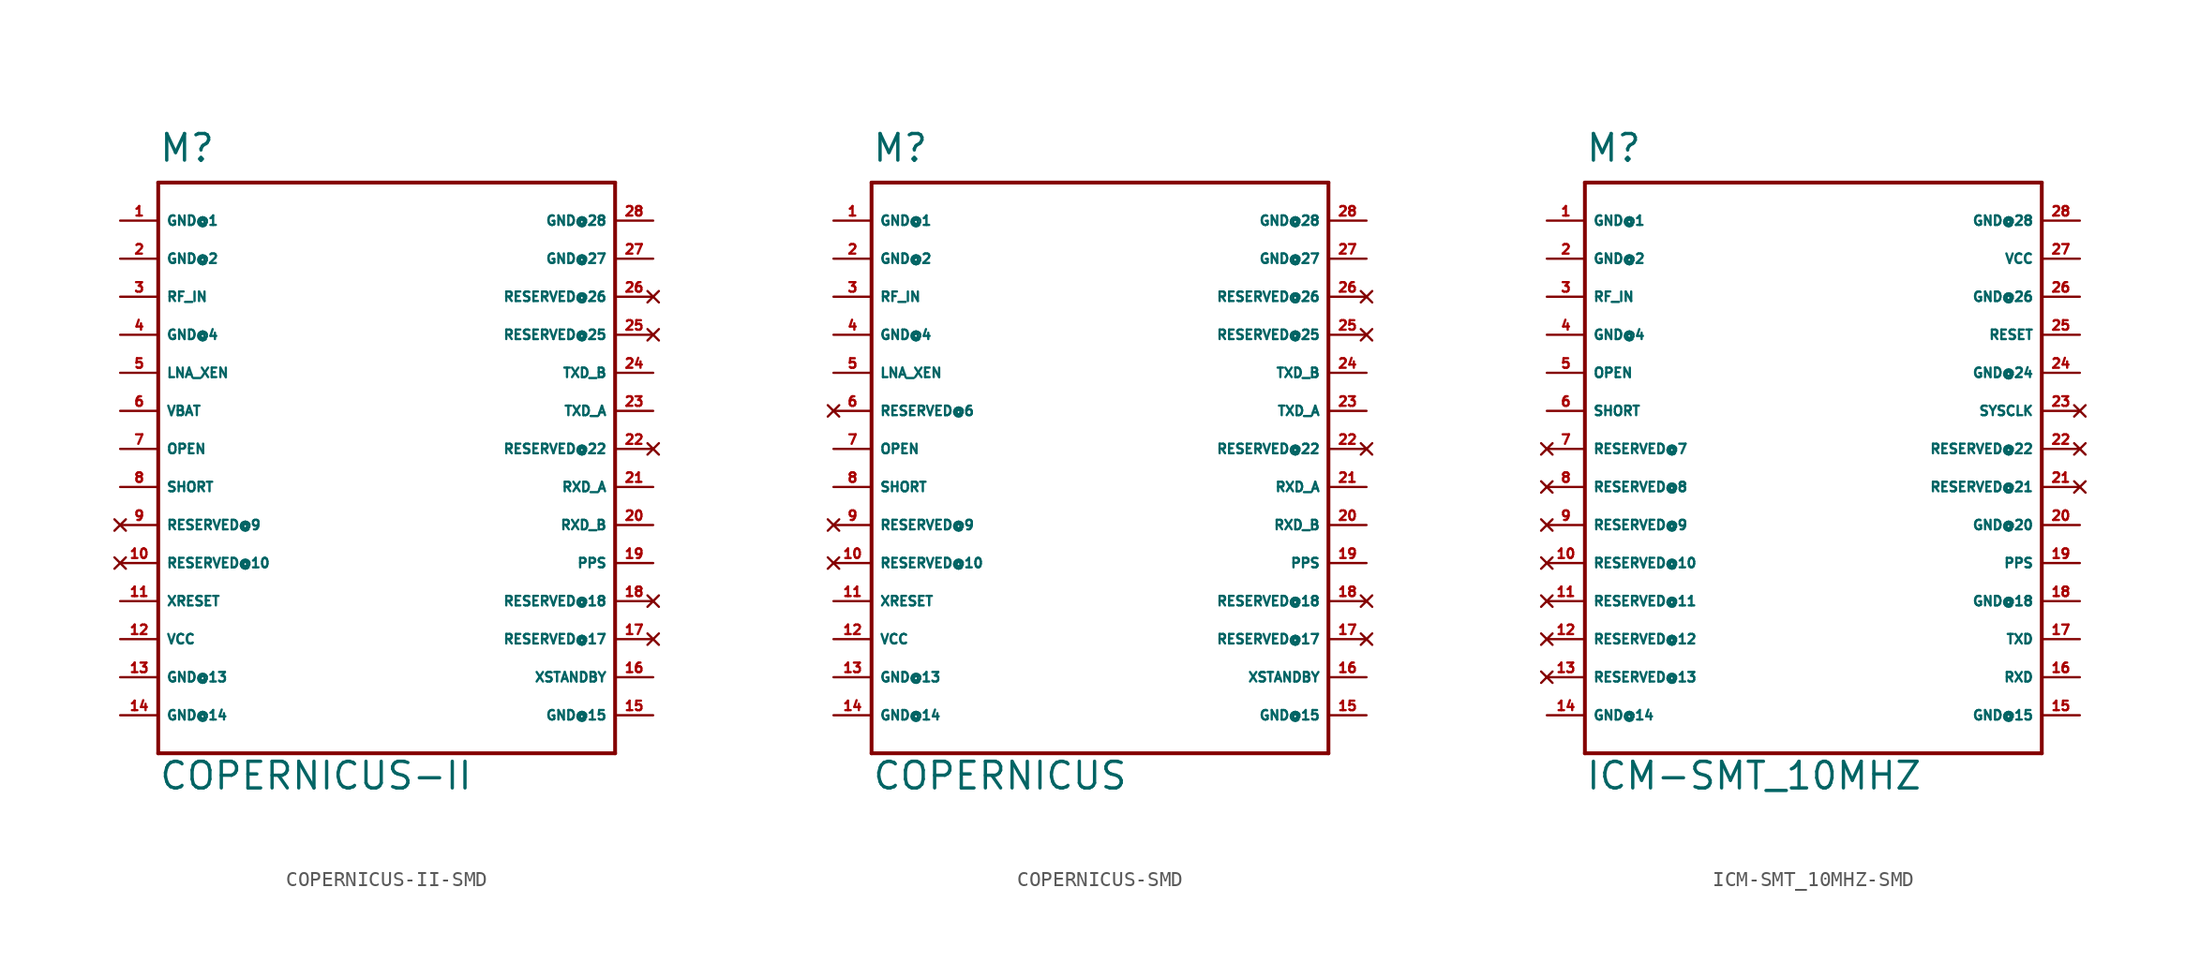
<source format=kicad_sym>
(kicad_symbol_lib
  (version 20220914)
  (generator Eagle2Kicad)
  (symbol "COPERNICUS-II-SMD"
    (property "Reference" "M"
      (at -15.24 21.59 0)
      (effects (font (size 1.778 1.778) (thickness 0.22)) (justify left bottom)))
    (property "Value" "COPERNICUS-II"
      (at -15.24 -20.32 0)
      (effects (font (size 1.778 1.778) (thickness 0.22)) (justify left bottom)))
    (polyline
      (pts (xy -15.24 20.32) (xy -15.24 -17.78))
      (stroke (width 0.254) (type default))
      (fill (type none)))
    (polyline
      (pts (xy -15.24 -17.78) (xy 15.24 -17.78))
      (stroke (width 0.254) (type default))
      (fill (type none)))
    (polyline
      (pts (xy 15.24 -17.78) (xy 15.24 20.32))
      (stroke (width 0.254) (type default))
      (fill (type none)))
    (polyline
      (pts (xy 15.24 20.32) (xy -15.24 20.32))
      (stroke (width 0.254) (type default))
      (fill (type none)))
    (pin unspecified line
      (at -17.78 17.78 0)
      (length 2.54)
      (name "GND@1" (effects (font (size 0.635 0.635) (thickness 0.08)) (justify left bottom)))
      (number "1" (effects (font (size 0.635 0.635) (thickness 0.08)) (justify left bottom))))
    (pin unspecified line
      (at -17.78 15.24 0)
      (length 2.54)
      (name "GND@2" (effects (font (size 0.635 0.635) (thickness 0.08)) (justify left bottom)))
      (number "2" (effects (font (size 0.635 0.635) (thickness 0.08)) (justify left bottom))))
    (pin input line
      (at -17.78 12.7 0)
      (length 2.54)
      (name "RF_IN" (effects (font (size 0.635 0.635) (thickness 0.08)) (justify left bottom)))
      (number "3" (effects (font (size 0.635 0.635) (thickness 0.08)) (justify left bottom))))
    (pin unspecified line
      (at -17.78 10.16 0)
      (length 2.54)
      (name "GND@4" (effects (font (size 0.635 0.635) (thickness 0.08)) (justify left bottom)))
      (number "4" (effects (font (size 0.635 0.635) (thickness 0.08)) (justify left bottom))))
    (pin output line
      (at -17.78 7.62 0)
      (length 2.54)
      (name "LNA_XEN" (effects (font (size 0.635 0.635) (thickness 0.08)) (justify left bottom)))
      (number "5" (effects (font (size 0.635 0.635) (thickness 0.08)) (justify left bottom))))
    (pin input line
      (at -17.78 5.08 0)
      (length 2.54)
      (name "VBAT" (effects (font (size 0.635 0.635) (thickness 0.08)) (justify left bottom)))
      (number "6" (effects (font (size 0.635 0.635) (thickness 0.08)) (justify left bottom))))
    (pin input line
      (at -17.78 2.54 0)
      (length 2.54)
      (name "OPEN" (effects (font (size 0.635 0.635) (thickness 0.08)) (justify left bottom)))
      (number "7" (effects (font (size 0.635 0.635) (thickness 0.08)) (justify left bottom))))
    (pin input line
      (at -17.78 0 0)
      (length 2.54)
      (name "SHORT" (effects (font (size 0.635 0.635) (thickness 0.08)) (justify left bottom)))
      (number "8" (effects (font (size 0.635 0.635) (thickness 0.08)) (justify left bottom))))
    (pin no_connect line
      (at -17.78 -2.54 0)
      (length 2.54)
      (name "RESERVED@9" (effects (font (size 0.635 0.635) (thickness 0.08)) (justify left bottom) hide))
      (number "9" (effects (font (size 0.635 0.635) (thickness 0.08)) (justify left bottom) hide)))
    (pin no_connect line
      (at -17.78 -5.08 0)
      (length 2.54)
      (name "RESERVED@10" (effects (font (size 0.635 0.635) (thickness 0.08)) (justify left bottom) hide))
      (number "10" (effects (font (size 0.635 0.635) (thickness 0.08)) (justify left bottom) hide)))
    (pin input line
      (at -17.78 -7.62 0)
      (length 2.54)
      (name "XRESET" (effects (font (size 0.635 0.635) (thickness 0.08)) (justify left bottom)))
      (number "11" (effects (font (size 0.635 0.635) (thickness 0.08)) (justify left bottom))))
    (pin unspecified line
      (at -17.78 -10.16 0)
      (length 2.54)
      (name "VCC" (effects (font (size 0.635 0.635) (thickness 0.08)) (justify left bottom)))
      (number "12" (effects (font (size 0.635 0.635) (thickness 0.08)) (justify left bottom))))
    (pin unspecified line
      (at -17.78 -12.7 0)
      (length 2.54)
      (name "GND@13" (effects (font (size 0.635 0.635) (thickness 0.08)) (justify left bottom)))
      (number "13" (effects (font (size 0.635 0.635) (thickness 0.08)) (justify left bottom))))
    (pin unspecified line
      (at -17.78 -15.24 0)
      (length 2.54)
      (name "GND@14" (effects (font (size 0.635 0.635) (thickness 0.08)) (justify left bottom)))
      (number "14" (effects (font (size 0.635 0.635) (thickness 0.08)) (justify left bottom))))
    (pin unspecified line
      (at 17.78 -15.24 180)
      (length 2.54)
      (name "GND@15" (effects (font (size 0.635 0.635) (thickness 0.08)) (justify left bottom)))
      (number "15" (effects (font (size 0.635 0.635) (thickness 0.08)) (justify left bottom))))
    (pin input line
      (at 17.78 -12.7 180)
      (length 2.54)
      (name "XSTANDBY" (effects (font (size 0.635 0.635) (thickness 0.08)) (justify left bottom)))
      (number "16" (effects (font (size 0.635 0.635) (thickness 0.08)) (justify left bottom))))
    (pin no_connect line
      (at 17.78 -10.16 180)
      (length 2.54)
      (name "RESERVED@17" (effects (font (size 0.635 0.635) (thickness 0.08)) (justify left bottom) hide))
      (number "17" (effects (font (size 0.635 0.635) (thickness 0.08)) (justify left bottom) hide)))
    (pin no_connect line
      (at 17.78 -7.62 180)
      (length 2.54)
      (name "RESERVED@18" (effects (font (size 0.635 0.635) (thickness 0.08)) (justify left bottom) hide))
      (number "18" (effects (font (size 0.635 0.635) (thickness 0.08)) (justify left bottom) hide)))
    (pin output line
      (at 17.78 -5.08 180)
      (length 2.54)
      (name "PPS" (effects (font (size 0.635 0.635) (thickness 0.08)) (justify left bottom)))
      (number "19" (effects (font (size 0.635 0.635) (thickness 0.08)) (justify left bottom))))
    (pin input line
      (at 17.78 -2.54 180)
      (length 2.54)
      (name "RXD_B" (effects (font (size 0.635 0.635) (thickness 0.08)) (justify left bottom)))
      (number "20" (effects (font (size 0.635 0.635) (thickness 0.08)) (justify left bottom))))
    (pin input line
      (at 17.78 0 180)
      (length 2.54)
      (name "RXD_A" (effects (font (size 0.635 0.635) (thickness 0.08)) (justify left bottom)))
      (number "21" (effects (font (size 0.635 0.635) (thickness 0.08)) (justify left bottom))))
    (pin no_connect line
      (at 17.78 2.54 180)
      (length 2.54)
      (name "RESERVED@22" (effects (font (size 0.635 0.635) (thickness 0.08)) (justify left bottom) hide))
      (number "22" (effects (font (size 0.635 0.635) (thickness 0.08)) (justify left bottom) hide)))
    (pin output line
      (at 17.78 5.08 180)
      (length 2.54)
      (name "TXD_A" (effects (font (size 0.635 0.635) (thickness 0.08)) (justify left bottom)))
      (number "23" (effects (font (size 0.635 0.635) (thickness 0.08)) (justify left bottom))))
    (pin output line
      (at 17.78 7.62 180)
      (length 2.54)
      (name "TXD_B" (effects (font (size 0.635 0.635) (thickness 0.08)) (justify left bottom)))
      (number "24" (effects (font (size 0.635 0.635) (thickness 0.08)) (justify left bottom))))
    (pin no_connect line
      (at 17.78 10.16 180)
      (length 2.54)
      (name "RESERVED@25" (effects (font (size 0.635 0.635) (thickness 0.08)) (justify left bottom) hide))
      (number "25" (effects (font (size 0.635 0.635) (thickness 0.08)) (justify left bottom) hide)))
    (pin no_connect line
      (at 17.78 12.7 180)
      (length 2.54)
      (name "RESERVED@26" (effects (font (size 0.635 0.635) (thickness 0.08)) (justify left bottom) hide))
      (number "26" (effects (font (size 0.635 0.635) (thickness 0.08)) (justify left bottom) hide)))
    (pin unspecified line
      (at 17.78 15.24 180)
      (length 2.54)
      (name "GND@27" (effects (font (size 0.635 0.635) (thickness 0.08)) (justify left bottom)))
      (number "27" (effects (font (size 0.635 0.635) (thickness 0.08)) (justify left bottom))))
    (pin unspecified line
      (at 17.78 17.78 180)
      (length 2.54)
      (name "GND@28" (effects (font (size 0.635 0.635) (thickness 0.08)) (justify left bottom)))
      (number "28" (effects (font (size 0.635 0.635) (thickness 0.08)) (justify left bottom)))))
  (symbol "COPERNICUS-SMD"
    (property "Reference" "M"
      (at -15.24 21.59 0)
      (effects (font (size 1.778 1.778) (thickness 0.22)) (justify left bottom)))
    (property "Value" "COPERNICUS"
      (at -15.24 -20.32 0)
      (effects (font (size 1.778 1.778) (thickness 0.22)) (justify left bottom)))
    (polyline
      (pts (xy -15.24 20.32) (xy -15.24 -17.78))
      (stroke (width 0.254) (type default))
      (fill (type none)))
    (polyline
      (pts (xy -15.24 -17.78) (xy 15.24 -17.78))
      (stroke (width 0.254) (type default))
      (fill (type none)))
    (polyline
      (pts (xy 15.24 -17.78) (xy 15.24 20.32))
      (stroke (width 0.254) (type default))
      (fill (type none)))
    (polyline
      (pts (xy 15.24 20.32) (xy -15.24 20.32))
      (stroke (width 0.254) (type default))
      (fill (type none)))
    (pin unspecified line
      (at -17.78 17.78 0)
      (length 2.54)
      (name "GND@1" (effects (font (size 0.635 0.635) (thickness 0.08)) (justify left bottom)))
      (number "1" (effects (font (size 0.635 0.635) (thickness 0.08)) (justify left bottom))))
    (pin unspecified line
      (at -17.78 15.24 0)
      (length 2.54)
      (name "GND@2" (effects (font (size 0.635 0.635) (thickness 0.08)) (justify left bottom)))
      (number "2" (effects (font (size 0.635 0.635) (thickness 0.08)) (justify left bottom))))
    (pin input line
      (at -17.78 12.7 0)
      (length 2.54)
      (name "RF_IN" (effects (font (size 0.635 0.635) (thickness 0.08)) (justify left bottom)))
      (number "3" (effects (font (size 0.635 0.635) (thickness 0.08)) (justify left bottom))))
    (pin unspecified line
      (at -17.78 10.16 0)
      (length 2.54)
      (name "GND@4" (effects (font (size 0.635 0.635) (thickness 0.08)) (justify left bottom)))
      (number "4" (effects (font (size 0.635 0.635) (thickness 0.08)) (justify left bottom))))
    (pin output line
      (at -17.78 7.62 0)
      (length 2.54)
      (name "LNA_XEN" (effects (font (size 0.635 0.635) (thickness 0.08)) (justify left bottom)))
      (number "5" (effects (font (size 0.635 0.635) (thickness 0.08)) (justify left bottom))))
    (pin no_connect line
      (at -17.78 5.08 0)
      (length 2.54)
      (name "RESERVED@6" (effects (font (size 0.635 0.635) (thickness 0.08)) (justify left bottom) hide))
      (number "6" (effects (font (size 0.635 0.635) (thickness 0.08)) (justify left bottom) hide)))
    (pin input line
      (at -17.78 2.54 0)
      (length 2.54)
      (name "OPEN" (effects (font (size 0.635 0.635) (thickness 0.08)) (justify left bottom)))
      (number "7" (effects (font (size 0.635 0.635) (thickness 0.08)) (justify left bottom))))
    (pin input line
      (at -17.78 0 0)
      (length 2.54)
      (name "SHORT" (effects (font (size 0.635 0.635) (thickness 0.08)) (justify left bottom)))
      (number "8" (effects (font (size 0.635 0.635) (thickness 0.08)) (justify left bottom))))
    (pin no_connect line
      (at -17.78 -2.54 0)
      (length 2.54)
      (name "RESERVED@9" (effects (font (size 0.635 0.635) (thickness 0.08)) (justify left bottom) hide))
      (number "9" (effects (font (size 0.635 0.635) (thickness 0.08)) (justify left bottom) hide)))
    (pin no_connect line
      (at -17.78 -5.08 0)
      (length 2.54)
      (name "RESERVED@10" (effects (font (size 0.635 0.635) (thickness 0.08)) (justify left bottom) hide))
      (number "10" (effects (font (size 0.635 0.635) (thickness 0.08)) (justify left bottom) hide)))
    (pin input line
      (at -17.78 -7.62 0)
      (length 2.54)
      (name "XRESET" (effects (font (size 0.635 0.635) (thickness 0.08)) (justify left bottom)))
      (number "11" (effects (font (size 0.635 0.635) (thickness 0.08)) (justify left bottom))))
    (pin unspecified line
      (at -17.78 -10.16 0)
      (length 2.54)
      (name "VCC" (effects (font (size 0.635 0.635) (thickness 0.08)) (justify left bottom)))
      (number "12" (effects (font (size 0.635 0.635) (thickness 0.08)) (justify left bottom))))
    (pin unspecified line
      (at -17.78 -12.7 0)
      (length 2.54)
      (name "GND@13" (effects (font (size 0.635 0.635) (thickness 0.08)) (justify left bottom)))
      (number "13" (effects (font (size 0.635 0.635) (thickness 0.08)) (justify left bottom))))
    (pin unspecified line
      (at -17.78 -15.24 0)
      (length 2.54)
      (name "GND@14" (effects (font (size 0.635 0.635) (thickness 0.08)) (justify left bottom)))
      (number "14" (effects (font (size 0.635 0.635) (thickness 0.08)) (justify left bottom))))
    (pin unspecified line
      (at 17.78 -15.24 180)
      (length 2.54)
      (name "GND@15" (effects (font (size 0.635 0.635) (thickness 0.08)) (justify left bottom)))
      (number "15" (effects (font (size 0.635 0.635) (thickness 0.08)) (justify left bottom))))
    (pin input line
      (at 17.78 -12.7 180)
      (length 2.54)
      (name "XSTANDBY" (effects (font (size 0.635 0.635) (thickness 0.08)) (justify left bottom)))
      (number "16" (effects (font (size 0.635 0.635) (thickness 0.08)) (justify left bottom))))
    (pin no_connect line
      (at 17.78 -10.16 180)
      (length 2.54)
      (name "RESERVED@17" (effects (font (size 0.635 0.635) (thickness 0.08)) (justify left bottom) hide))
      (number "17" (effects (font (size 0.635 0.635) (thickness 0.08)) (justify left bottom) hide)))
    (pin no_connect line
      (at 17.78 -7.62 180)
      (length 2.54)
      (name "RESERVED@18" (effects (font (size 0.635 0.635) (thickness 0.08)) (justify left bottom) hide))
      (number "18" (effects (font (size 0.635 0.635) (thickness 0.08)) (justify left bottom) hide)))
    (pin output line
      (at 17.78 -5.08 180)
      (length 2.54)
      (name "PPS" (effects (font (size 0.635 0.635) (thickness 0.08)) (justify left bottom)))
      (number "19" (effects (font (size 0.635 0.635) (thickness 0.08)) (justify left bottom))))
    (pin input line
      (at 17.78 -2.54 180)
      (length 2.54)
      (name "RXD_B" (effects (font (size 0.635 0.635) (thickness 0.08)) (justify left bottom)))
      (number "20" (effects (font (size 0.635 0.635) (thickness 0.08)) (justify left bottom))))
    (pin input line
      (at 17.78 0 180)
      (length 2.54)
      (name "RXD_A" (effects (font (size 0.635 0.635) (thickness 0.08)) (justify left bottom)))
      (number "21" (effects (font (size 0.635 0.635) (thickness 0.08)) (justify left bottom))))
    (pin no_connect line
      (at 17.78 2.54 180)
      (length 2.54)
      (name "RESERVED@22" (effects (font (size 0.635 0.635) (thickness 0.08)) (justify left bottom) hide))
      (number "22" (effects (font (size 0.635 0.635) (thickness 0.08)) (justify left bottom) hide)))
    (pin output line
      (at 17.78 5.08 180)
      (length 2.54)
      (name "TXD_A" (effects (font (size 0.635 0.635) (thickness 0.08)) (justify left bottom)))
      (number "23" (effects (font (size 0.635 0.635) (thickness 0.08)) (justify left bottom))))
    (pin output line
      (at 17.78 7.62 180)
      (length 2.54)
      (name "TXD_B" (effects (font (size 0.635 0.635) (thickness 0.08)) (justify left bottom)))
      (number "24" (effects (font (size 0.635 0.635) (thickness 0.08)) (justify left bottom))))
    (pin no_connect line
      (at 17.78 10.16 180)
      (length 2.54)
      (name "RESERVED@25" (effects (font (size 0.635 0.635) (thickness 0.08)) (justify left bottom) hide))
      (number "25" (effects (font (size 0.635 0.635) (thickness 0.08)) (justify left bottom) hide)))
    (pin no_connect line
      (at 17.78 12.7 180)
      (length 2.54)
      (name "RESERVED@26" (effects (font (size 0.635 0.635) (thickness 0.08)) (justify left bottom) hide))
      (number "26" (effects (font (size 0.635 0.635) (thickness 0.08)) (justify left bottom) hide)))
    (pin unspecified line
      (at 17.78 15.24 180)
      (length 2.54)
      (name "GND@27" (effects (font (size 0.635 0.635) (thickness 0.08)) (justify left bottom)))
      (number "27" (effects (font (size 0.635 0.635) (thickness 0.08)) (justify left bottom))))
    (pin unspecified line
      (at 17.78 17.78 180)
      (length 2.54)
      (name "GND@28" (effects (font (size 0.635 0.635) (thickness 0.08)) (justify left bottom)))
      (number "28" (effects (font (size 0.635 0.635) (thickness 0.08)) (justify left bottom)))))
  (symbol "ICM-SMT_10MHZ-SMD"
    (property "Reference" "M"
      (at -15.24 19.05 0)
      (effects (font (size 1.778 1.778) (thickness 0.22)) (justify left bottom)))
    (property "Value" "ICM-SMT_10MHZ"
      (at -15.24 -22.86 0)
      (effects (font (size 1.778 1.778) (thickness 0.22)) (justify left bottom)))
    (polyline
      (pts (xy -15.24 17.78) (xy -15.24 -20.32))
      (stroke (width 0.254) (type default))
      (fill (type none)))
    (polyline
      (pts (xy -15.24 -20.32) (xy 15.24 -20.32))
      (stroke (width 0.254) (type default))
      (fill (type none)))
    (polyline
      (pts (xy 15.24 -20.32) (xy 15.24 17.78))
      (stroke (width 0.254) (type default))
      (fill (type none)))
    (polyline
      (pts (xy 15.24 17.78) (xy -15.24 17.78))
      (stroke (width 0.254) (type default))
      (fill (type none)))
    (pin unspecified line
      (at -17.78 15.24 0)
      (length 2.54)
      (name "GND@1" (effects (font (size 0.635 0.635) (thickness 0.08)) (justify left bottom)))
      (number "1" (effects (font (size 0.635 0.635) (thickness 0.08)) (justify left bottom))))
    (pin unspecified line
      (at -17.78 12.7 0)
      (length 2.54)
      (name "GND@2" (effects (font (size 0.635 0.635) (thickness 0.08)) (justify left bottom)))
      (number "2" (effects (font (size 0.635 0.635) (thickness 0.08)) (justify left bottom))))
    (pin input line
      (at -17.78 10.16 0)
      (length 2.54)
      (name "RF_IN" (effects (font (size 0.635 0.635) (thickness 0.08)) (justify left bottom)))
      (number "3" (effects (font (size 0.635 0.635) (thickness 0.08)) (justify left bottom))))
    (pin unspecified line
      (at -17.78 7.62 0)
      (length 2.54)
      (name "GND@4" (effects (font (size 0.635 0.635) (thickness 0.08)) (justify left bottom)))
      (number "4" (effects (font (size 0.635 0.635) (thickness 0.08)) (justify left bottom))))
    (pin input line
      (at -17.78 5.08 0)
      (length 2.54)
      (name "OPEN" (effects (font (size 0.635 0.635) (thickness 0.08)) (justify left bottom)))
      (number "5" (effects (font (size 0.635 0.635) (thickness 0.08)) (justify left bottom))))
    (pin input line
      (at -17.78 2.54 0)
      (length 2.54)
      (name "SHORT" (effects (font (size 0.635 0.635) (thickness 0.08)) (justify left bottom)))
      (number "6" (effects (font (size 0.635 0.635) (thickness 0.08)) (justify left bottom))))
    (pin input line
      (at 17.78 7.62 180)
      (length 2.54)
      (name "RESET" (effects (font (size 0.635 0.635) (thickness 0.08)) (justify left bottom)))
      (number "25" (effects (font (size 0.635 0.635) (thickness 0.08)) (justify left bottom))))
    (pin unspecified line
      (at 17.78 12.7 180)
      (length 2.54)
      (name "VCC" (effects (font (size 0.635 0.635) (thickness 0.08)) (justify left bottom)))
      (number "27" (effects (font (size 0.635 0.635) (thickness 0.08)) (justify left bottom))))
    (pin unspecified line
      (at -17.78 -17.78 0)
      (length 2.54)
      (name "GND@14" (effects (font (size 0.635 0.635) (thickness 0.08)) (justify left bottom)))
      (number "14" (effects (font (size 0.635 0.635) (thickness 0.08)) (justify left bottom))))
    (pin unspecified line
      (at 17.78 -17.78 180)
      (length 2.54)
      (name "GND@15" (effects (font (size 0.635 0.635) (thickness 0.08)) (justify left bottom)))
      (number "15" (effects (font (size 0.635 0.635) (thickness 0.08)) (justify left bottom))))
    (pin output line
      (at 17.78 -7.62 180)
      (length 2.54)
      (name "PPS" (effects (font (size 0.635 0.635) (thickness 0.08)) (justify left bottom)))
      (number "19" (effects (font (size 0.635 0.635) (thickness 0.08)) (justify left bottom))))
    (pin input line
      (at 17.78 -15.24 180)
      (length 2.54)
      (name "RXD" (effects (font (size 0.635 0.635) (thickness 0.08)) (justify left bottom)))
      (number "16" (effects (font (size 0.635 0.635) (thickness 0.08)) (justify left bottom))))
    (pin output line
      (at 17.78 -12.7 180)
      (length 2.54)
      (name "TXD" (effects (font (size 0.635 0.635) (thickness 0.08)) (justify left bottom)))
      (number "17" (effects (font (size 0.635 0.635) (thickness 0.08)) (justify left bottom))))
    (pin unspecified line
      (at 17.78 -10.16 180)
      (length 2.54)
      (name "GND@18" (effects (font (size 0.635 0.635) (thickness 0.08)) (justify left bottom)))
      (number "18" (effects (font (size 0.635 0.635) (thickness 0.08)) (justify left bottom))))
    (pin unspecified line
      (at 17.78 -5.08 180)
      (length 2.54)
      (name "GND@20" (effects (font (size 0.635 0.635) (thickness 0.08)) (justify left bottom)))
      (number "20" (effects (font (size 0.635 0.635) (thickness 0.08)) (justify left bottom))))
    (pin no_connect line
      (at -17.78 0 0)
      (length 2.54)
      (name "RESERVED@7" (effects (font (size 0.635 0.635) (thickness 0.08)) (justify left bottom) hide))
      (number "7" (effects (font (size 0.635 0.635) (thickness 0.08)) (justify left bottom) hide)))
    (pin no_connect line
      (at 17.78 2.54 180)
      (length 2.54)
      (name "SYSCLK" (effects (font (size 0.635 0.635) (thickness 0.08)) (justify left bottom) hide))
      (number "23" (effects (font (size 0.635 0.635) (thickness 0.08)) (justify left bottom) hide)))
    (pin unspecified line
      (at 17.78 5.08 180)
      (length 2.54)
      (name "GND@24" (effects (font (size 0.635 0.635) (thickness 0.08)) (justify left bottom)))
      (number "24" (effects (font (size 0.635 0.635) (thickness 0.08)) (justify left bottom))))
    (pin unspecified line
      (at 17.78 10.16 180)
      (length 2.54)
      (name "GND@26" (effects (font (size 0.635 0.635) (thickness 0.08)) (justify left bottom)))
      (number "26" (effects (font (size 0.635 0.635) (thickness 0.08)) (justify left bottom))))
    (pin unspecified line
      (at 17.78 15.24 180)
      (length 2.54)
      (name "GND@28" (effects (font (size 0.635 0.635) (thickness 0.08)) (justify left bottom)))
      (number "28" (effects (font (size 0.635 0.635) (thickness 0.08)) (justify left bottom))))
    (pin no_connect line
      (at -17.78 -2.54 0)
      (length 2.54)
      (name "RESERVED@8" (effects (font (size 0.635 0.635) (thickness 0.08)) (justify left bottom) hide))
      (number "8" (effects (font (size 0.635 0.635) (thickness 0.08)) (justify left bottom) hide)))
    (pin no_connect line
      (at -17.78 -5.08 0)
      (length 2.54)
      (name "RESERVED@9" (effects (font (size 0.635 0.635) (thickness 0.08)) (justify left bottom) hide))
      (number "9" (effects (font (size 0.635 0.635) (thickness 0.08)) (justify left bottom) hide)))
    (pin no_connect line
      (at -17.78 -7.62 0)
      (length 2.54)
      (name "RESERVED@10" (effects (font (size 0.635 0.635) (thickness 0.08)) (justify left bottom) hide))
      (number "10" (effects (font (size 0.635 0.635) (thickness 0.08)) (justify left bottom) hide)))
    (pin no_connect line
      (at -17.78 -10.16 0)
      (length 2.54)
      (name "RESERVED@11" (effects (font (size 0.635 0.635) (thickness 0.08)) (justify left bottom) hide))
      (number "11" (effects (font (size 0.635 0.635) (thickness 0.08)) (justify left bottom) hide)))
    (pin no_connect line
      (at -17.78 -12.7 0)
      (length 2.54)
      (name "RESERVED@12" (effects (font (size 0.635 0.635) (thickness 0.08)) (justify left bottom) hide))
      (number "12" (effects (font (size 0.635 0.635) (thickness 0.08)) (justify left bottom) hide)))
    (pin no_connect line
      (at -17.78 -15.24 0)
      (length 2.54)
      (name "RESERVED@13" (effects (font (size 0.635 0.635) (thickness 0.08)) (justify left bottom) hide))
      (number "13" (effects (font (size 0.635 0.635) (thickness 0.08)) (justify left bottom) hide)))
    (pin no_connect line
      (at 17.78 -2.54 180)
      (length 2.54)
      (name "RESERVED@21" (effects (font (size 0.635 0.635) (thickness 0.08)) (justify left bottom) hide))
      (number "21" (effects (font (size 0.635 0.635) (thickness 0.08)) (justify left bottom) hide)))
    (pin no_connect line
      (at 17.78 0 180)
      (length 2.54)
      (name "RESERVED@22" (effects (font (size 0.635 0.635) (thickness 0.08)) (justify left bottom) hide))
      (number "22" (effects (font (size 0.635 0.635) (thickness 0.08)) (justify left bottom) hide)))))
</source>
